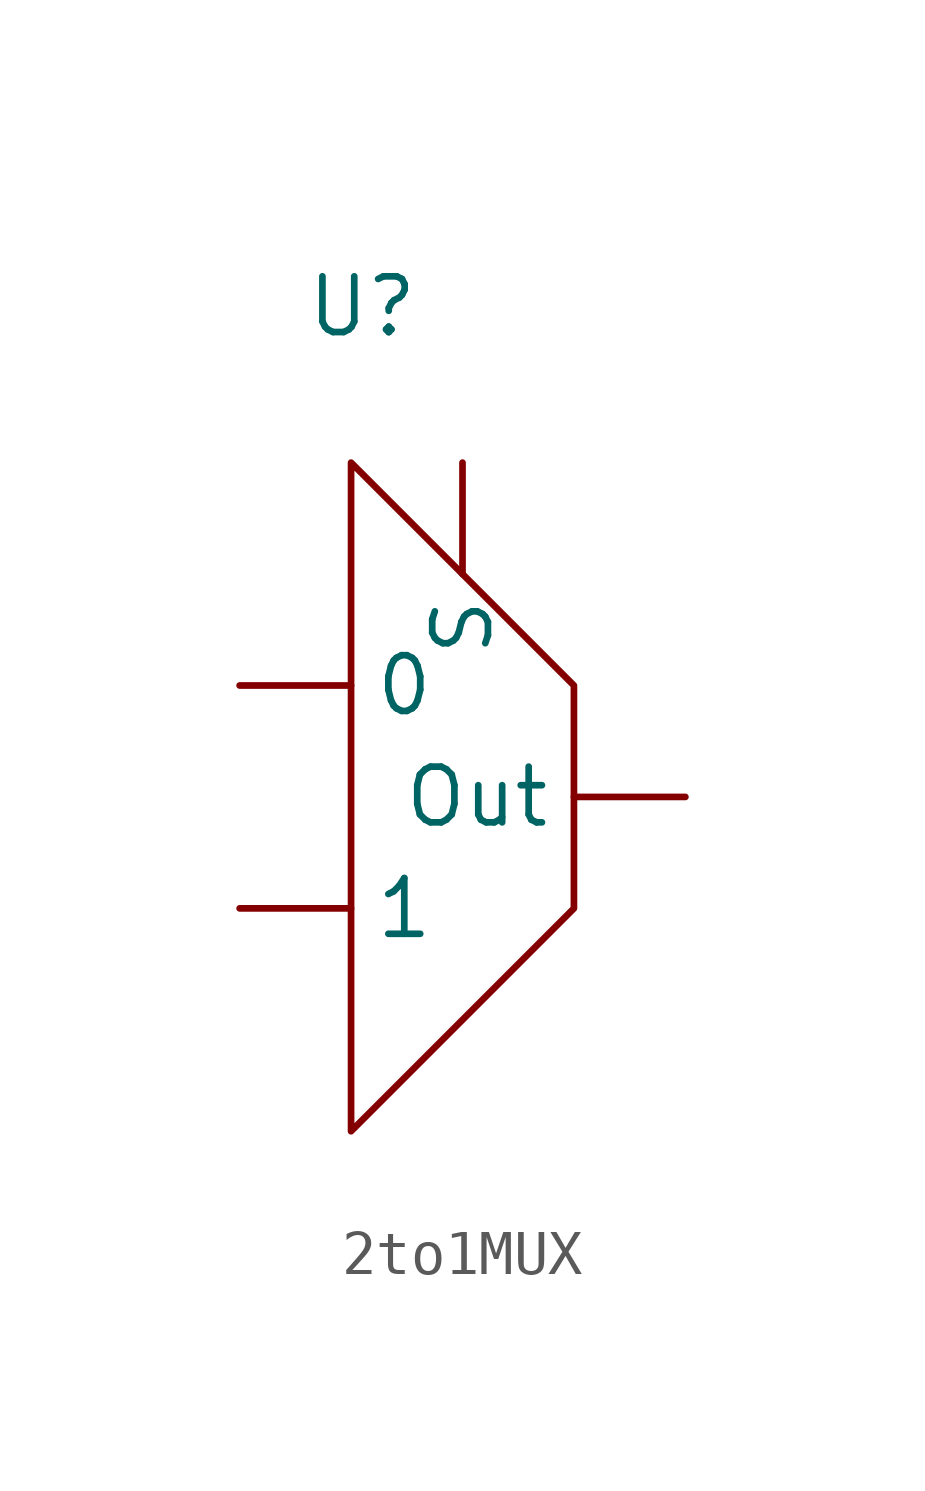
<source format=kicad_sym>
(kicad_symbol_lib
  (version 20241209)
  (generator "kicad_symbol_editor")
  (generator_version "9.0")
  (symbol "2to1MUX"
    (property "Reference" "U"
      (at 0.254 11.176 0)
      (effects (font (size 1.27 1.27))))
    (property "Value" ""
      (at 0 0 0)
      (effects (font (size 1.27 1.27))))
    (symbol "2to1MUX_0_1"
      (polyline (pts (xy 0 7.62) (xy 0 0) (xy 0 -7.62) (xy 5.08 -2.54) (xy 5.08 0) (xy 5.08 2.54) (xy 0 7.62)) (stroke (width 0) (type default)) (fill (type none))))
    (symbol "2to1MUX_1_1"
      (pin input line (at -2.54 2.54 0) (length 2.54) (name "0" (effects (font (size 1.27 1.27)))) (number "" (effects (font (size 1.27 1.27)))))
      (pin input line (at -2.54 -2.54 0) (length 2.54) (name "1" (effects (font (size 1.27 1.27)))) (number "" (effects (font (size 1.27 1.27)))))
      (pin input line (at 2.54 7.62 270) (length 2.54) (name "S" (effects (font (size 1.27 1.27)))) (number "" (effects (font (size 1.27 1.27)))))
      (pin input line (at 7.62 0 180) (length 2.54) (name "Out" (effects (font (size 1.27 1.27)))) (number "" (effects (font (size 1.27 1.27))))))))
</source>
